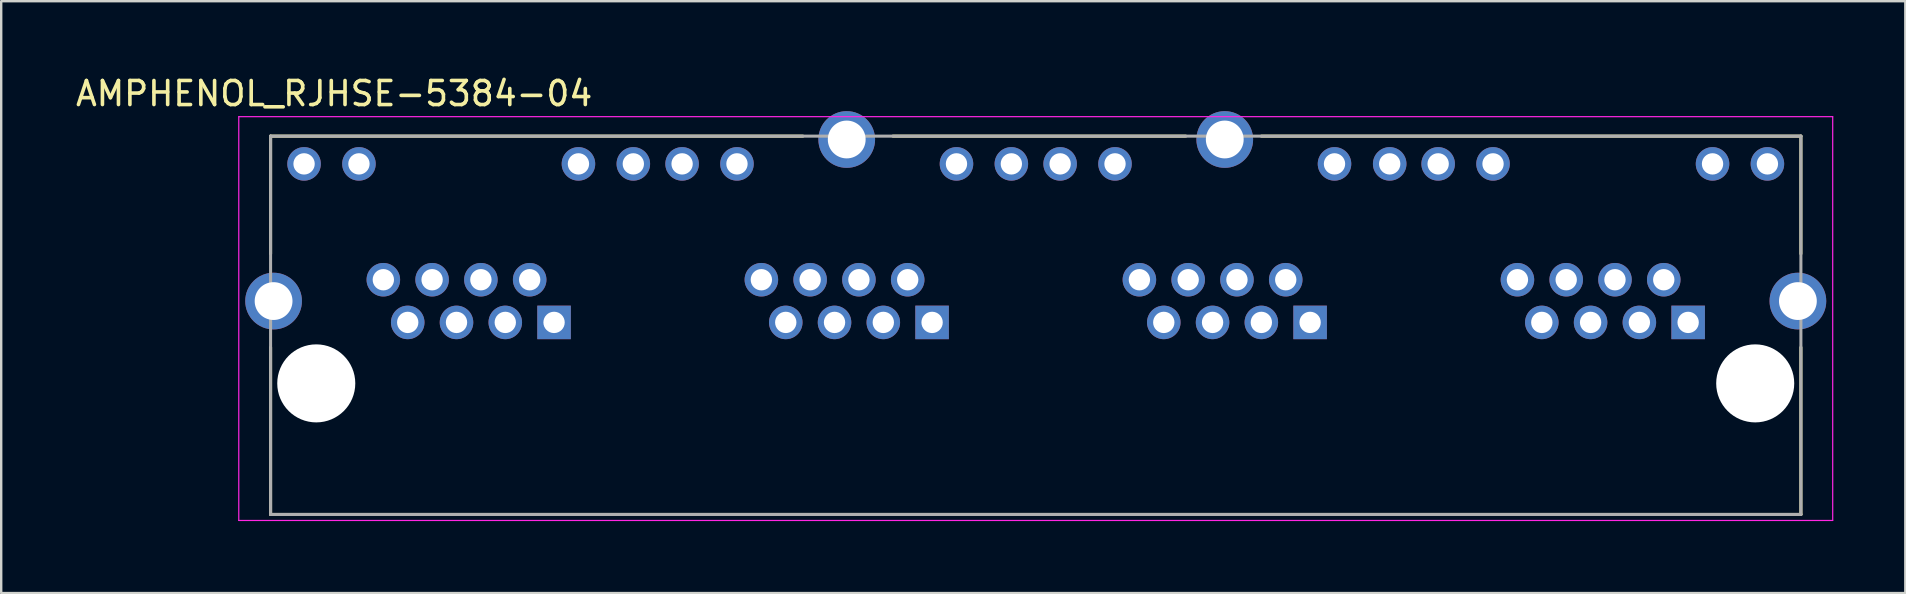
<source format=kicad_pcb>
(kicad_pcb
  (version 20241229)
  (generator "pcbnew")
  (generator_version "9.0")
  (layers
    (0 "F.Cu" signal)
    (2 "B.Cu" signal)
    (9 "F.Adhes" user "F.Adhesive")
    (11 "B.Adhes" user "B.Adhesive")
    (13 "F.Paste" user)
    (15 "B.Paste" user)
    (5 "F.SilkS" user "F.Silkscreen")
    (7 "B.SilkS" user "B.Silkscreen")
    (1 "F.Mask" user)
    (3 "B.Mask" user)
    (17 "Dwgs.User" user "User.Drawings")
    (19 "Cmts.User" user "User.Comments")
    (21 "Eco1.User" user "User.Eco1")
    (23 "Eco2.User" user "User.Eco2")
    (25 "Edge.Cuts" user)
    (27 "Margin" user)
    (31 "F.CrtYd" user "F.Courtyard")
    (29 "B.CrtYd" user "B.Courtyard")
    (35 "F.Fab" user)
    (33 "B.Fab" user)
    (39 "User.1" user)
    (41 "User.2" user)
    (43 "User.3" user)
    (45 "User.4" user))
  (footprint "AMPHENOL_RJHSE-5384-04"
    (layer "F.Cu")
    (at 40.097 12.921)
    (property "Reference" "AMPHENOL_RJHSE-5384-04" (at -29.227 -12.072 0) (layer "F.SilkS") (effects (font (size 1.001 1.001) (thickness 0.15))))
    (attr through_hole)
    (fp_line (start -31.875 -10.3) (end -9.7 -10.3) (stroke (width 0.127) (type solid)) (layer "F.SilkS"))
    (fp_line (start -31.875 -5.4) (end -31.875 -10.3) (stroke (width 0.127) (type solid)) (layer "F.SilkS"))
    (fp_line (start -31.875 5.46) (end -31.875 -1.5) (stroke (width 0.127) (type solid)) (layer "F.SilkS"))
    (fp_line (start -5.95 -10.3) (end 6.25 -10.3) (stroke (width 0.127) (type solid)) (layer "F.SilkS"))
    (fp_line (start 9.4 -10.3) (end 31.875 -10.3) (stroke (width 0.127) (type solid)) (layer "F.SilkS"))
    (fp_line (start 31.875 -10.3) (end 31.875 -5.4) (stroke (width 0.127) (type solid)) (layer "F.SilkS"))
    (fp_line (start 31.875 -1.5) (end 31.875 5.46) (stroke (width 0.127) (type solid)) (layer "F.SilkS"))
    (fp_line (start 31.875 5.46) (end -31.875 5.46) (stroke (width 0.127) (type solid)) (layer "F.SilkS"))
    (fp_line (start -33.2 -11.11) (end 33.2 -11.11) (stroke (width 0.05) (type solid)) (layer "F.CrtYd"))
    (fp_line (start -33.2 5.71) (end -33.2 -11.11) (stroke (width 0.05) (type solid)) (layer "F.CrtYd"))
    (fp_line (start 33.2 -11.11) (end 33.2 5.71) (stroke (width 0.05) (type solid)) (layer "F.CrtYd"))
    (fp_line (start 33.2 5.71) (end -33.2 5.71) (stroke (width 0.05) (type solid)) (layer "F.CrtYd"))
    (fp_line (start -31.875 -10.3) (end 31.875 -10.3) (stroke (width 0.127) (type solid)) (layer "F.Fab"))
    (fp_line (start -31.875 5.46) (end -31.875 -10.3) (stroke (width 0.127) (type solid)) (layer "F.Fab"))
    (fp_line (start 31.875 -10.3) (end 31.875 5.46) (stroke (width 0.127) (type solid)) (layer "F.Fab"))
    (fp_line (start 31.875 5.46) (end -31.875 5.46) (stroke (width 0.127) (type solid)) (layer "F.Fab"))
    (pad "" np_thru_hole circle (at -29.972 0) (size 3.251 3.251) (drill 3.251) (layers "*.Cu" "*.Mask"))
    (pad "" np_thru_hole circle (at 29.972 0) (size 3.251 3.251) (drill 3.251) (layers "*.Cu" "*.Mask"))
    (pad "1" thru_hole rect (at -20.066 -2.54) (size 1.397 1.397) (drill 0.889) (layers "*.Cu" "*.Mask"))
    (pad "2" thru_hole circle (at -21.082 -4.318) (size 1.397 1.397) (drill 0.889) (layers "*.Cu" "*.Mask"))
    (pad "3" thru_hole circle (at -22.098 -2.54) (size 1.397 1.397) (drill 0.889) (layers "*.Cu" "*.Mask"))
    (pad "4" thru_hole circle (at -23.114 -4.318) (size 1.397 1.397) (drill 0.889) (layers "*.Cu" "*.Mask"))
    (pad "5" thru_hole circle (at -24.13 -2.54) (size 1.397 1.397) (drill 0.889) (layers "*.Cu" "*.Mask"))
    (pad "6" thru_hole circle (at -25.146 -4.318) (size 1.397 1.397) (drill 0.889) (layers "*.Cu" "*.Mask"))
    (pad "7" thru_hole circle (at -26.162 -2.54) (size 1.397 1.397) (drill 0.889) (layers "*.Cu" "*.Mask"))
    (pad "8" thru_hole circle (at -27.178 -4.318) (size 1.397 1.397) (drill 0.889) (layers "*.Cu" "*.Mask"))
    (pad "9" thru_hole circle (at -16.764 -9.144) (size 1.397 1.397) (drill 0.889) (layers "*.Cu" "*.Mask"))
    (pad "10" thru_hole circle (at -19.05 -9.144) (size 1.397 1.397) (drill 0.889) (layers "*.Cu" "*.Mask"))
    (pad "11" thru_hole circle (at -28.194 -9.144) (size 1.397 1.397) (drill 0.889) (layers "*.Cu" "*.Mask"))
    (pad "12" thru_hole circle (at -30.48 -9.144) (size 1.397 1.397) (drill 0.889) (layers "*.Cu" "*.Mask"))
    (pad "13" thru_hole rect (at -4.318 -2.54) (size 1.397 1.397) (drill 0.889) (layers "*.Cu" "*.Mask"))
    (pad "14" thru_hole circle (at -5.334 -4.318) (size 1.397 1.397) (drill 0.889) (layers "*.Cu" "*.Mask"))
    (pad "15" thru_hole circle (at -6.35 -2.54) (size 1.397 1.397) (drill 0.889) (layers "*.Cu" "*.Mask"))
    (pad "16" thru_hole circle (at -7.366 -4.318) (size 1.397 1.397) (drill 0.889) (layers "*.Cu" "*.Mask"))
    (pad "17" thru_hole circle (at -8.382 -2.54) (size 1.397 1.397) (drill 0.889) (layers "*.Cu" "*.Mask"))
    (pad "18" thru_hole circle (at -9.398 -4.318) (size 1.397 1.397) (drill 0.889) (layers "*.Cu" "*.Mask"))
    (pad "19" thru_hole circle (at -10.414 -2.54) (size 1.397 1.397) (drill 0.889) (layers "*.Cu" "*.Mask"))
    (pad "20" thru_hole circle (at -11.43 -4.318) (size 1.397 1.397) (drill 0.889) (layers "*.Cu" "*.Mask"))
    (pad "21" thru_hole circle (at -1.016 -9.144) (size 1.397 1.397) (drill 0.889) (layers "*.Cu" "*.Mask"))
    (pad "22" thru_hole circle (at -3.302 -9.144) (size 1.397 1.397) (drill 0.889) (layers "*.Cu" "*.Mask"))
    (pad "23" thru_hole circle (at -12.446 -9.144) (size 1.397 1.397) (drill 0.889) (layers "*.Cu" "*.Mask"))
    (pad "24" thru_hole circle (at -14.732 -9.144) (size 1.397 1.397) (drill 0.889) (layers "*.Cu" "*.Mask"))
    (pad "25" thru_hole rect (at 11.43 -2.54) (size 1.397 1.397) (drill 0.889) (layers "*.Cu" "*.Mask"))
    (pad "26" thru_hole circle (at 10.414 -4.318) (size 1.397 1.397) (drill 0.889) (layers "*.Cu" "*.Mask"))
    (pad "27" thru_hole circle (at 9.398 -2.54) (size 1.397 1.397) (drill 0.889) (layers "*.Cu" "*.Mask"))
    (pad "28" thru_hole circle (at 8.382 -4.318) (size 1.397 1.397) (drill 0.889) (layers "*.Cu" "*.Mask"))
    (pad "29" thru_hole circle (at 7.366 -2.54) (size 1.397 1.397) (drill 0.889) (layers "*.Cu" "*.Mask"))
    (pad "30" thru_hole circle (at 6.35 -4.318) (size 1.397 1.397) (drill 0.889) (layers "*.Cu" "*.Mask"))
    (pad "31" thru_hole circle (at 5.334 -2.54) (size 1.397 1.397) (drill 0.889) (layers "*.Cu" "*.Mask"))
    (pad "32" thru_hole circle (at 4.318 -4.318) (size 1.397 1.397) (drill 0.889) (layers "*.Cu" "*.Mask"))
    (pad "33" thru_hole circle (at 14.745 -9.144) (size 1.397 1.397) (drill 0.889) (layers "*.Cu" "*.Mask"))
    (pad "34" thru_hole circle (at 12.446 -9.144) (size 1.397 1.397) (drill 0.889) (layers "*.Cu" "*.Mask"))
    (pad "35" thru_hole circle (at 3.302 -9.144) (size 1.397 1.397) (drill 0.889) (layers "*.Cu" "*.Mask"))
    (pad "36" thru_hole circle (at 1.016 -9.144) (size 1.397 1.397) (drill 0.889) (layers "*.Cu" "*.Mask"))
    (pad "37" thru_hole rect (at 27.178 -2.54) (size 1.397 1.397) (drill 0.889) (layers "*.Cu" "*.Mask"))
    (pad "38" thru_hole circle (at 26.162 -4.318) (size 1.397 1.397) (drill 0.889) (layers "*.Cu" "*.Mask"))
    (pad "39" thru_hole circle (at 25.146 -2.54) (size 1.397 1.397) (drill 0.889) (layers "*.Cu" "*.Mask"))
    (pad "40" thru_hole circle (at 24.13 -4.318) (size 1.397 1.397) (drill 0.889) (layers "*.Cu" "*.Mask"))
    (pad "41" thru_hole circle (at 23.114 -2.54) (size 1.397 1.397) (drill 0.889) (layers "*.Cu" "*.Mask"))
    (pad "42" thru_hole circle (at 22.098 -4.318) (size 1.397 1.397) (drill 0.889) (layers "*.Cu" "*.Mask"))
    (pad "43" thru_hole circle (at 21.082 -2.54) (size 1.397 1.397) (drill 0.889) (layers "*.Cu" "*.Mask"))
    (pad "44" thru_hole circle (at 20.066 -4.318) (size 1.397 1.397) (drill 0.889) (layers "*.Cu" "*.Mask"))
    (pad "45" thru_hole circle (at 30.48 -9.144) (size 1.397 1.397) (drill 0.889) (layers "*.Cu" "*.Mask"))
    (pad "46" thru_hole circle (at 28.194 -9.144) (size 1.397 1.397) (drill 0.889) (layers "*.Cu" "*.Mask"))
    (pad "47" thru_hole circle (at 19.05 -9.144) (size 1.397 1.397) (drill 0.889) (layers "*.Cu" "*.Mask"))
    (pad "48" thru_hole circle (at 16.764 -9.144) (size 1.397 1.397) (drill 0.889) (layers "*.Cu" "*.Mask"))
    (pad "SH1" thru_hole circle (at -31.75 -3.429) (size 2.362 2.362) (drill 1.575) (layers "*.Cu" "*.Mask"))
    (pad "SH2" thru_hole circle (at -7.874 -10.16) (size 2.362 2.362) (drill 1.575) (layers "*.Cu" "*.Mask"))
    (pad "SH3" thru_hole circle (at 7.874 -10.16) (size 2.362 2.362) (drill 1.575) (layers "*.Cu" "*.Mask"))
    (pad "SH4" thru_hole circle (at 31.75 -3.429) (size 2.362 2.362) (drill 1.575) (layers "*.Cu" "*.Mask")))
  (gr_rect
    (start -3 -3)
    (end 76.322 21.656)
    (stroke (width 0.1) (type default))
    (fill no)
    (layer "Edge.Cuts")))
</source>
